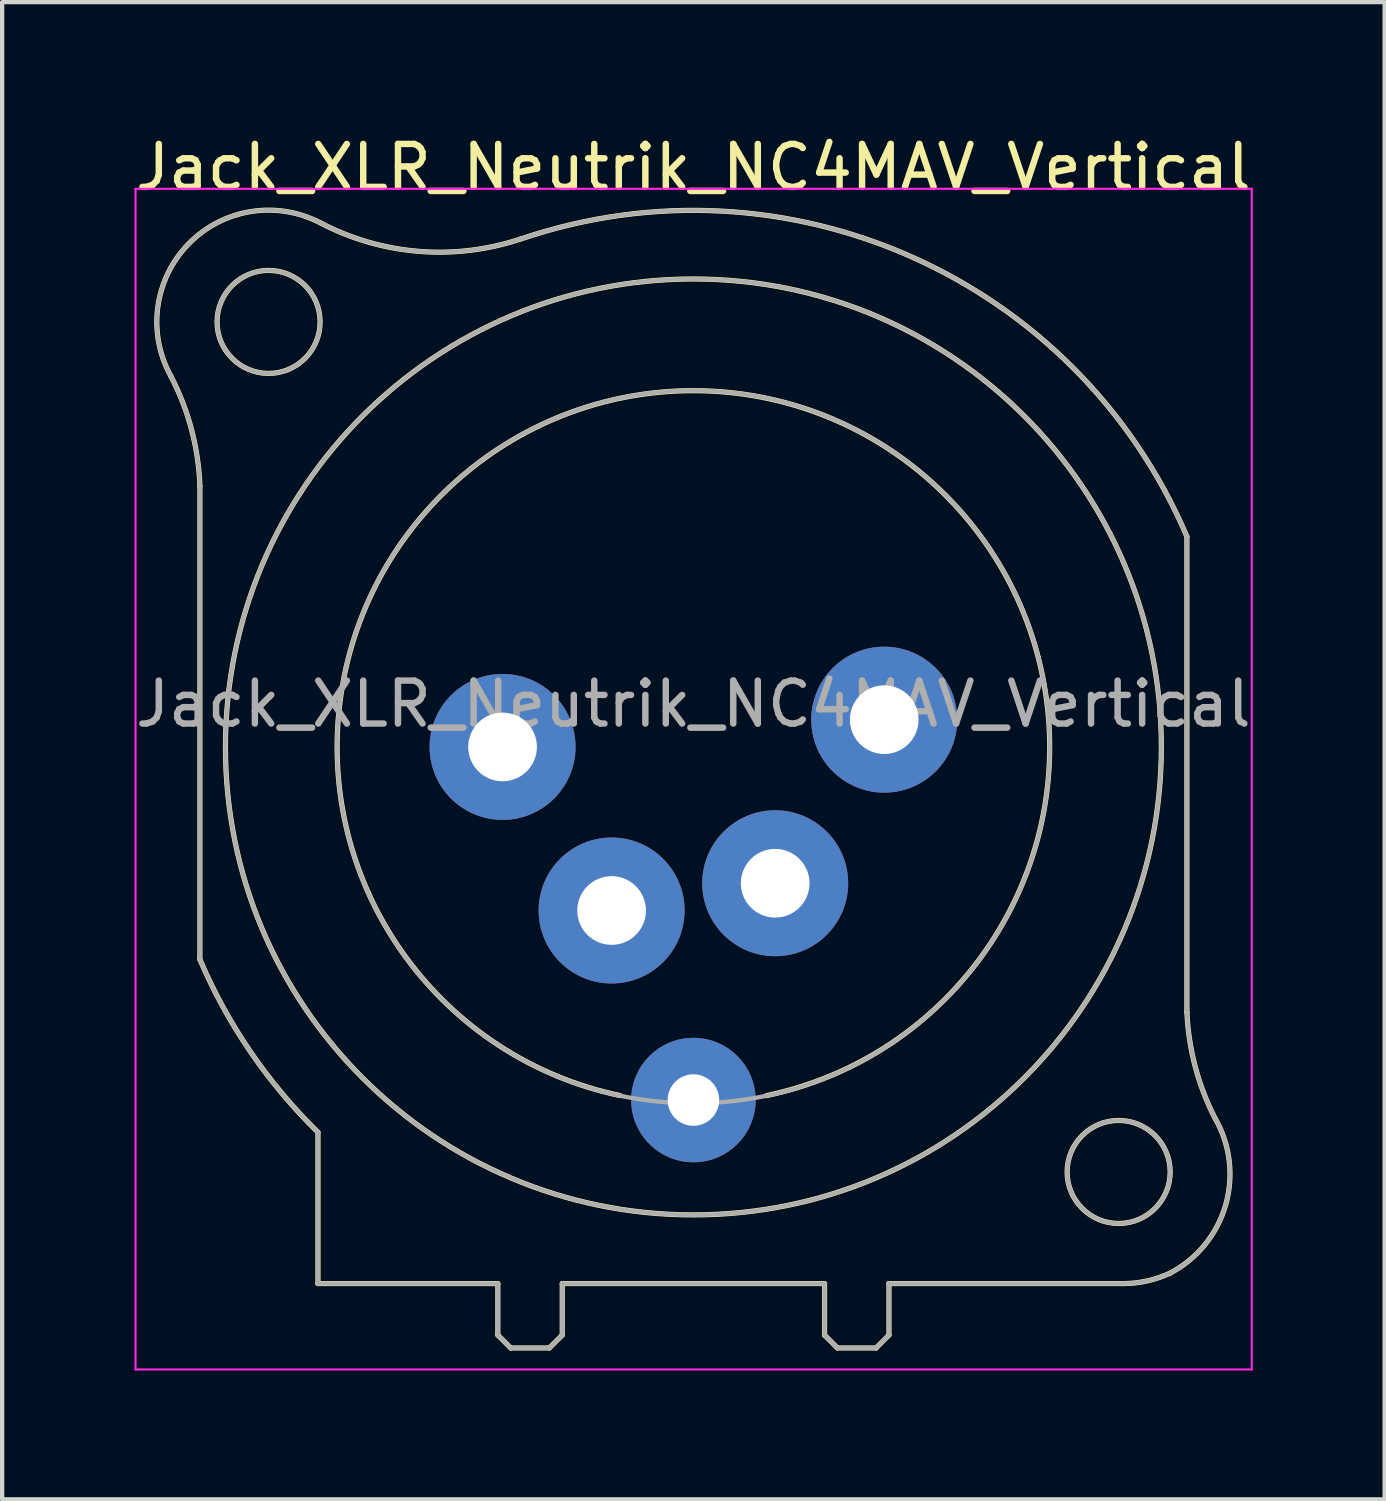
<source format=kicad_pcb>
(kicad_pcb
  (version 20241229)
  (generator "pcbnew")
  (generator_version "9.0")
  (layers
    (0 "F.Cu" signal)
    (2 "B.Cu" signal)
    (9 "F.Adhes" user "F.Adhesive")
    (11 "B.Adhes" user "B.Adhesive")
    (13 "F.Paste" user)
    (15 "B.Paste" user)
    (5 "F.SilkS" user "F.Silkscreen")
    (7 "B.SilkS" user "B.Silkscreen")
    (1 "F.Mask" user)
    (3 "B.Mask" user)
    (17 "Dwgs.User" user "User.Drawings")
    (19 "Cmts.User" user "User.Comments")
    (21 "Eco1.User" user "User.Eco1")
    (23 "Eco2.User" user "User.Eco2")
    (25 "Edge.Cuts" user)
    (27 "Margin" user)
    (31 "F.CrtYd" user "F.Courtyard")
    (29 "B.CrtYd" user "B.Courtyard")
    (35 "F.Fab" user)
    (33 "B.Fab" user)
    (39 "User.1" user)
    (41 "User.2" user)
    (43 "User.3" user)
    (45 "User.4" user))
  (footprint "Jack_XLR_Neutrik_NC4MAV_Vertical"
    (layer "F.Cu")
    (at 8.656 14.348)
    (property "Reference" "Jack_XLR_Neutrik_NC4MAV_Vertical" (at 4.445 -13.5 0) (layer "F.SilkS") (effects (font (size 1 1) (thickness 0.15))))
    (attr through_hole)
    (fp_line (start -7.05 -6.08) (end -7.05 4.95) (stroke (width 0.12) (type solid)) (layer "F.SilkS"))
    (fp_line (start -4.3 12.5) (end -4.3 8.98) (stroke (width 0.12) (type solid)) (layer "F.SilkS"))
    (fp_line (start -0.11 12.5) (end -4.3 12.5) (stroke (width 0.12) (type solid)) (layer "F.SilkS"))
    (fp_line (start -0.11 12.5) (end -0.11 13.7) (stroke (width 0.12) (type solid)) (layer "F.SilkS"))
    (fp_line (start -0.11 13.7) (end 0.19 14) (stroke (width 0.12) (type solid)) (layer "F.SilkS"))
    (fp_line (start 1.09 14) (end 0.19 14) (stroke (width 0.12) (type solid)) (layer "F.SilkS"))
    (fp_line (start 1.39 12.5) (end 1.39 13.7) (stroke (width 0.12) (type solid)) (layer "F.SilkS"))
    (fp_line (start 1.39 13.7) (end 1.09 14) (stroke (width 0.12) (type solid)) (layer "F.SilkS"))
    (fp_line (start 7.5 12.5) (end 1.39 12.5) (stroke (width 0.12) (type solid)) (layer "F.SilkS"))
    (fp_line (start 7.5 12.5) (end 7.5 13.7) (stroke (width 0.12) (type solid)) (layer "F.SilkS"))
    (fp_line (start 7.5 13.7) (end 7.8 14) (stroke (width 0.12) (type solid)) (layer "F.SilkS"))
    (fp_line (start 7.8 14) (end 8.7 14) (stroke (width 0.12) (type solid)) (layer "F.SilkS"))
    (fp_line (start 9 12.5) (end 9 13.7) (stroke (width 0.12) (type solid)) (layer "F.SilkS"))
    (fp_line (start 9 13.7) (end 8.7 14) (stroke (width 0.12) (type solid)) (layer "F.SilkS"))
    (fp_line (start 14.45 12.5) (end 9 12.5) (stroke (width 0.12) (type solid)) (layer "F.SilkS"))
    (fp_line (start 15.94 6.18) (end 15.94 -4.9) (stroke (width 0.12) (type solid)) (layer "F.SilkS"))
    (fp_arc (start -7.729201 -8.641635) (mid -7.2465 -7.39876) (end -7.05 -6.08) (stroke (width 0.12) (type solid)) (layer "F.SilkS"))
    (fp_arc (start -7.725637 -8.636048) (mid -7.316154 -11.714819) (end -4.25 -12.21) (stroke (width 0.12) (type solid)) (layer "F.SilkS"))
    (fp_arc (start -4.299846 8.975956) (mid -5.873184 7.098411) (end -7.05 4.95) (stroke (width 0.12) (type solid)) (layer "F.SilkS"))
    (fp_arc (start 0.433843 -11.835383) (mid -1.946442 -11.543029) (end -4.25 -12.21) (stroke (width 0.12) (type solid)) (layer "F.SilkS"))
    (fp_arc (start 0.441327 -11.837045) (mid 9.549963 -11.405454) (end 15.94 -4.9) (stroke (width 0.12) (type solid)) (layer "F.SilkS"))
    (fp_arc (start 2.735 8.12) (mid 4.451114 -8.2981) (end 6.143033 8.122511) (stroke (width 0.12) (type solid)) (layer "F.SilkS"))
    (fp_arc (start 15.558668 12.251777) (mid 15.018058 12.437185) (end 14.45 12.5) (stroke (width 0.12) (type solid)) (layer "F.SilkS"))
    (fp_arc (start 16.596979 8.653179) (mid 16.135244 7.451985) (end 15.94 6.18) (stroke (width 0.12) (type solid)) (layer "F.SilkS"))
    (fp_arc (start 16.598286 8.654414) (mid 16.841335 10.672303) (end 15.56 12.25) (stroke (width 0.12) (type solid)) (layer "F.SilkS"))
    (fp_circle (center -5.45 -9.9) (end -4.25 -9.9) (stroke (width 0.12) (type solid)) (fill no) (layer "F.SilkS"))
    (fp_circle (center 4.445 0) (end 15.345 0) (stroke (width 0.12) (type solid)) (fill no) (layer "F.SilkS"))
    (fp_circle (center 14.35 9.9) (end 15.55 9.9) (stroke (width 0.12) (type solid)) (fill no) (layer "F.SilkS"))
    (fp_line (start -8.55 -13) (end 17.45 -13) (stroke (width 0.05) (type solid)) (layer "F.CrtYd"))
    (fp_line (start -8.55 14.5) (end -8.55 -13) (stroke (width 0.05) (type solid)) (layer "F.CrtYd"))
    (fp_line (start 17.45 -13) (end 17.45 14.5) (stroke (width 0.05) (type solid)) (layer "F.CrtYd"))
    (fp_line (start 17.45 14.5) (end -8.55 14.5) (stroke (width 0.05) (type solid)) (layer "F.CrtYd"))
    (fp_line (start -7.05 -6.08) (end -7.05 4.95) (stroke (width 0.1) (type solid)) (layer "F.Fab"))
    (fp_line (start -4.3 12.5) (end -4.3 8.98) (stroke (width 0.1) (type solid)) (layer "F.Fab"))
    (fp_line (start -0.11 12.5) (end -4.3 12.5) (stroke (width 0.1) (type solid)) (layer "F.Fab"))
    (fp_line (start -0.11 12.5) (end -0.11 13.7) (stroke (width 0.1) (type solid)) (layer "F.Fab"))
    (fp_line (start -0.11 13.7) (end 0.19 14) (stroke (width 0.1) (type solid)) (layer "F.Fab"))
    (fp_line (start 1.09 14) (end 0.19 14) (stroke (width 0.1) (type solid)) (layer "F.Fab"))
    (fp_line (start 1.39 12.5) (end 1.39 13.7) (stroke (width 0.1) (type solid)) (layer "F.Fab"))
    (fp_line (start 1.39 13.7) (end 1.09 14) (stroke (width 0.1) (type solid)) (layer "F.Fab"))
    (fp_line (start 7.5 12.5) (end 1.39 12.5) (stroke (width 0.1) (type solid)) (layer "F.Fab"))
    (fp_line (start 7.5 12.5) (end 7.5 13.7) (stroke (width 0.1) (type solid)) (layer "F.Fab"))
    (fp_line (start 7.5 13.7) (end 7.8 14) (stroke (width 0.1) (type solid)) (layer "F.Fab"))
    (fp_line (start 7.8 14) (end 8.7 14) (stroke (width 0.1) (type solid)) (layer "F.Fab"))
    (fp_line (start 9 12.5) (end 9 13.7) (stroke (width 0.1) (type solid)) (layer "F.Fab"))
    (fp_line (start 9 13.7) (end 8.7 14) (stroke (width 0.1) (type solid)) (layer "F.Fab"))
    (fp_line (start 14.45 12.5) (end 9 12.5) (stroke (width 0.1) (type solid)) (layer "F.Fab"))
    (fp_line (start 15.94 6.18) (end 15.94 -4.9) (stroke (width 0.1) (type solid)) (layer "F.Fab"))
    (fp_arc (start -7.729201 -8.641635) (mid -7.2465 -7.39876) (end -7.05 -6.08) (stroke (width 0.1) (type solid)) (layer "F.Fab"))
    (fp_arc (start -7.725637 -8.636048) (mid -7.316154 -11.714819) (end -4.25 -12.21) (stroke (width 0.1) (type solid)) (layer "F.Fab"))
    (fp_arc (start -4.299846 8.975956) (mid -5.873184 7.098411) (end -7.05 4.95) (stroke (width 0.1) (type solid)) (layer "F.Fab"))
    (fp_arc (start 0.433843 -11.835383) (mid -1.946442 -11.543029) (end -4.25 -12.21) (stroke (width 0.1) (type solid)) (layer "F.Fab"))
    (fp_arc (start 0.441327 -11.837045) (mid 9.549963 -11.405454) (end 15.94 -4.9) (stroke (width 0.1) (type solid)) (layer "F.Fab"))
    (fp_arc (start 15.558668 12.251777) (mid 15.018058 12.437185) (end 14.45 12.5) (stroke (width 0.1) (type solid)) (layer "F.Fab"))
    (fp_arc (start 16.596979 8.653179) (mid 16.135244 7.451985) (end 15.94 6.18) (stroke (width 0.1) (type solid)) (layer "F.Fab"))
    (fp_arc (start 16.598286 8.654414) (mid 16.841335 10.672303) (end 15.56 12.25) (stroke (width 0.1) (type solid)) (layer "F.Fab"))
    (fp_circle (center -5.45 -9.9) (end -4.25 -9.9) (stroke (width 0.1) (type solid)) (fill no) (layer "F.Fab"))
    (fp_circle (center 4.445 0) (end 12.745 0) (stroke (width 0.1) (type solid)) (fill no) (layer "F.Fab"))
    (fp_circle (center 4.445 0) (end 15.345 0) (stroke (width 0.1) (type solid)) (fill no) (layer "F.Fab"))
    (fp_circle (center 14.35 9.9) (end 15.55 9.9) (stroke (width 0.1) (type solid)) (fill no) (layer "F.Fab"))
    (fp_text user "${REFERENCE}" (at 4.445 -1 0) (layer "F.Fab") (effects (font (size 1 1) (thickness 0.15))))
    (pad "1" thru_hole circle (at 0 0) (size 3.4 3.4) (drill 1.6) (layers "*.Cu" "*.Mask"))
    (pad "2" thru_hole circle (at 2.54 3.81) (size 3.4 3.4) (drill 1.6) (layers "*.Cu" "*.Mask"))
    (pad "3" thru_hole circle (at 6.35 3.175) (size 3.4 3.4) (drill 1.6) (layers "*.Cu" "*.Mask"))
    (pad "4" thru_hole circle (at 8.89 -0.635) (size 3.4 3.4) (drill 1.6) (layers "*.Cu" "*.Mask"))
    (pad "G" thru_hole circle (at 4.445 8.225) (size 2.9 2.9) (drill 1.2) (layers "*.Cu" "*.Mask")))
  (gr_rect
    (start -3 -3)
    (end 29.202 31.873)
    (stroke (width 0.1) (type default))
    (fill no)
    (layer "Edge.Cuts")))
</source>
